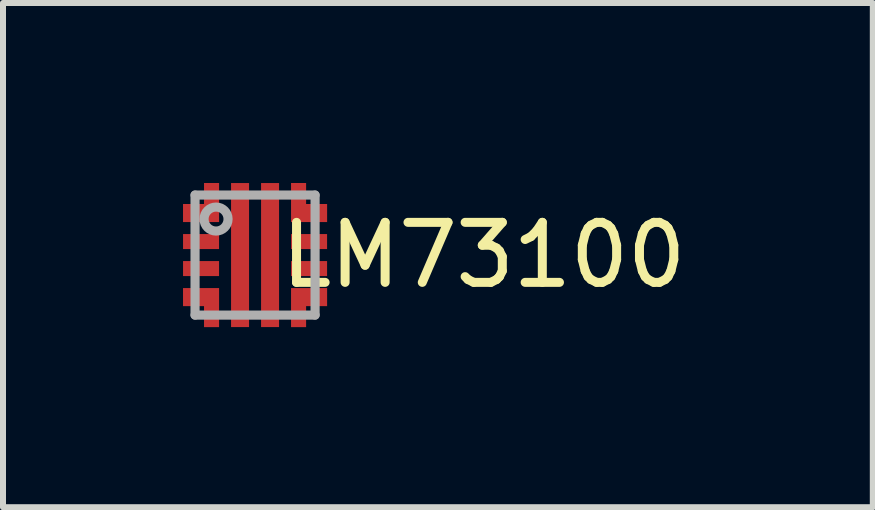
<source format=kicad_pcb>
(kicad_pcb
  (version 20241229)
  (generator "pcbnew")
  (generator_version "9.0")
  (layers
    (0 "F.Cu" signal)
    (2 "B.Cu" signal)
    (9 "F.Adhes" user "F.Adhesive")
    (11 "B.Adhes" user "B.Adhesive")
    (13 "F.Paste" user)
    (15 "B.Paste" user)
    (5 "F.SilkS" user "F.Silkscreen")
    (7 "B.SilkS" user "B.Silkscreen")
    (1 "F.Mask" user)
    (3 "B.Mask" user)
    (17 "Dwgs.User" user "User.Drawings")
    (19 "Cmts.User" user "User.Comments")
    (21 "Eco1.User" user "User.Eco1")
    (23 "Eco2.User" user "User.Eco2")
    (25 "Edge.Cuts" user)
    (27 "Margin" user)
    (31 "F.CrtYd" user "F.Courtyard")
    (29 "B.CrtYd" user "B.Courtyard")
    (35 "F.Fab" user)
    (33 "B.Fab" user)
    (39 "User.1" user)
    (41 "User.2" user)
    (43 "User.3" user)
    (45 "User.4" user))
  (footprint "LM73100"
    (layer "F.Cu")
    (at 1.2 1.2)
    (property "Reference" "LM73100" (at 3.81 0 0) (layer "F.SilkS") (effects (font (size 1 1) (thickness 0.15))))
    (attr through_hole)
    (fp_line (start -1 -1) (end 1 -1) (stroke (width 0.152) (type solid)) (layer "F.Fab"))
    (fp_line (start -1 1) (end -1 -1) (stroke (width 0.152) (type solid)) (layer "F.Fab"))
    (fp_line (start -1 1) (end 1 1) (stroke (width 0.152) (type solid)) (layer "F.Fab"))
    (fp_line (start 1 1) (end 1 -1) (stroke (width 0.152) (type solid)) (layer "F.Fab"))
    (fp_circle (center -0.65 -0.6) (end -0.45 -0.6) (stroke (width 0.152) (type solid)) (fill no) (layer "F.Fab"))
    (pad "1" smd custom (at -0.9 -0.7) (size 0.3 0.3) (layers "F.Cu" "F.Mask" "F.Paste") (options (anchor circle)) (primitives (gr_poly (pts (xy 0.05 -0.15) (xy -0.3 -0.15) (xy -0.3 0.15) (xy 0.3 0.15) (xy 0.3 -0.5) (xy 0.05 -0.5)) (width 0.001) (fill yes))))
    (pad "2" smd rect (at -0.9 -0.225 90) (size 0.25 0.6) (layers "F.Cu" "F.Mask" "F.Paste"))
    (pad "3" smd rect (at -0.9 0.225 90) (size 0.25 0.6) (layers "F.Cu" "F.Mask" "F.Paste"))
    (pad "4" smd custom (at -0.9 0.7) (size 0.3 0.6) (layers "F.Cu" "F.Mask" "F.Paste") (options (anchor circle)) (primitives (gr_poly (pts (xy 0.05 0.15) (xy -0.3 0.15) (xy -0.3 -0.15) (xy 0.3 -0.15) (xy 0.3 0.5) (xy 0.05 0.5)) (width 0.001) (fill yes))))
    (pad "5" smd rect (at -0.25 0 90) (size 2.4 0.3) (layers "F.Cu" "F.Mask" "F.Paste"))
    (pad "6" smd rect (at 0.25 0 90) (size 2.4 0.3) (layers "F.Cu" "F.Mask" "F.Paste"))
    (pad "7" smd custom (at 0.9 0.7) (size 0.3 0.6) (layers "F.Cu" "F.Mask" "F.Paste") (options (anchor circle)) (primitives (gr_poly (pts (xy -0.05 0.15) (xy 0.3 0.15) (xy 0.3 -0.15) (xy -0.3 -0.15) (xy -0.3 0.5) (xy -0.05 0.5)) (width 0.001) (fill yes))))
    (pad "8" smd rect (at 0.9 0.225 90) (size 0.25 0.6) (layers "F.Cu" "F.Mask" "F.Paste"))
    (pad "9" smd rect (at 0.9 -0.225 90) (size 0.25 0.6) (layers "F.Cu" "F.Mask" "F.Paste"))
    (pad "10" smd custom (at 0.9 -0.7) (size 0.3 0.6) (layers "F.Cu" "F.Mask" "F.Paste") (options (anchor circle)) (primitives (gr_poly (pts (xy -0.05 -0.15) (xy 0.3 -0.15) (xy 0.3 0.15) (xy -0.3 0.15) (xy -0.3 -0.5) (xy -0.05 -0.5)) (width 0.001) (fill yes)))))
  (gr_rect
    (start -3 -3)
    (end 11.493 5.401)
    (stroke (width 0.1) (type default))
    (fill no)
    (layer "Edge.Cuts")))
</source>
